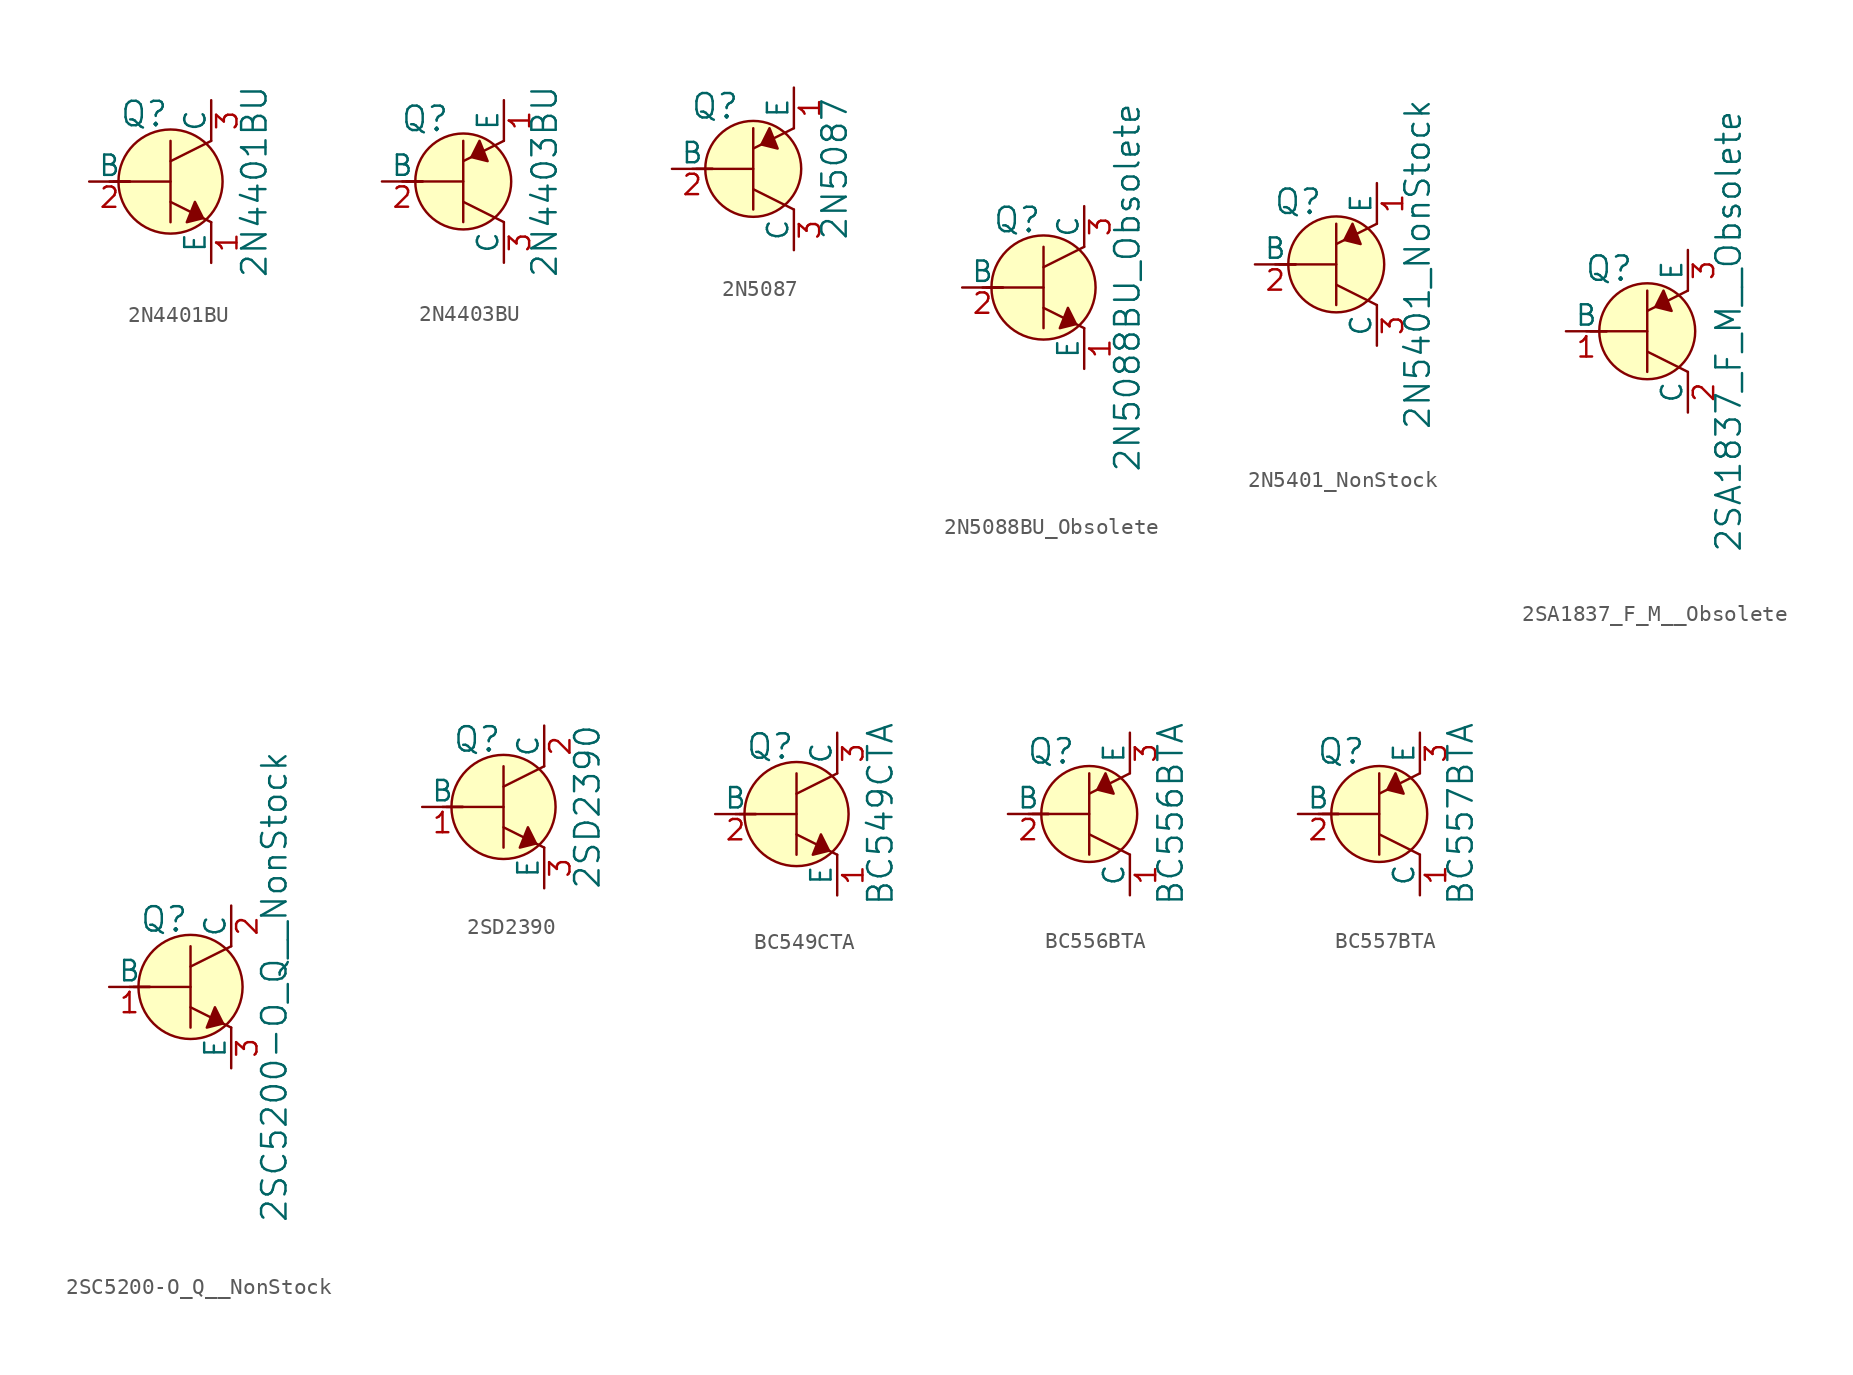
<source format=kicad_sym>
(kicad_symbol_lib
  (version 20201005)
  (generator kicad_symbol_editor)
  (symbol "2N4401BU"
    (pin_names
      (offset 0))
    (property "Reference" "Q"
      (at -3.2 4.216 0)
      (effects (font (size 1.524 1.524)) (justify left)))
    (property "Value" "2N4401BU"
      (at 5.232 0 90)
      (effects (font (size 1.524 1.524))))
    (symbol "2N4401BU_0_1"
      (circle (center 0 0) (radius 3.251) (stroke (width 0)) (fill (type background)))
      (polyline (pts (xy -3.81 0) (xy -2.54 0)) (stroke (width 0)) (fill (type none)))
      (polyline (pts (xy -3.556 0) (xy 0 0)) (stroke (width 0)) (fill (type none)))
      (polyline (pts (xy 0 -1.27) (xy 2.54 -2.54)) (stroke (width 0)) (fill (type none)))
      (polyline (pts (xy 0 1.27) (xy 2.54 2.54)) (stroke (width 0)) (fill (type none)))
      (polyline (pts (xy 0 2.54) (xy 0 -2.54)) (stroke (width 0)) (fill (type none)))
      (polyline (pts (xy 1.524 -1.27) (xy 2.032 -2.286) (xy 1.016 -2.54) (xy 1.524 -1.27)) (stroke (width 0)) (fill (type outline))))
    (symbol "2N4401BU_1_1"
      (pin passive line (at 2.54 -5.08 90) (length 2.54) (name "E" (effects (font (size 1.27 1.27)))) (number "1" (effects (font (size 1.27 1.27)))))
      (pin input line (at -5.08 0 0) (length 2.54) (name "B" (effects (font (size 1.27 1.27)))) (number "2" (effects (font (size 1.27 1.27)))))
      (pin passive line (at 2.54 5.08 270) (length 2.54) (name "C" (effects (font (size 1.27 1.27)))) (number "3" (effects (font (size 1.27 1.27)))))))
  (symbol "2N4403BU"
    (pin_names
      (offset 0))
    (property "Reference" "Q"
      (at -2.388 3.912 0)
      (effects (font (size 1.524 1.524))))
    (property "Value" "2N4403BU"
      (at 5.08 0 90)
      (effects (font (size 1.524 1.524))))
    (symbol "2N4403BU_0_1"
      (circle (center 0 0) (radius 2.997) (stroke (width 0)) (fill (type background)))
      (polyline (pts (xy -3.81 0) (xy -2.54 0)) (stroke (width 0)) (fill (type none)))
      (polyline (pts (xy -3.556 0) (xy 0 0)) (stroke (width 0)) (fill (type none)))
      (polyline (pts (xy 0 -1.27) (xy 2.54 -2.54)) (stroke (width 0)) (fill (type none)))
      (polyline (pts (xy 0 1.27) (xy 2.54 2.54)) (stroke (width 0)) (fill (type none)))
      (polyline (pts (xy 0 2.54) (xy 0 -2.54)) (stroke (width 0)) (fill (type none)))
      (polyline (pts (xy 1.016 2.54) (xy 0.508 1.524) (xy 1.524 1.27) (xy 1.016 2.54)) (stroke (width 0)) (fill (type outline))))
    (symbol "2N4403BU_1_1"
      (pin passive line (at 2.54 5.08 270) (length 2.54) (name "E" (effects (font (size 1.27 1.27)))) (number "1" (effects (font (size 1.27 1.27)))))
      (pin input line (at -5.08 0 0) (length 2.54) (name "B" (effects (font (size 1.27 1.27)))) (number "2" (effects (font (size 1.27 1.27)))))
      (pin passive line (at 2.54 -5.08 90) (length 2.54) (name "C" (effects (font (size 1.27 1.27)))) (number "3" (effects (font (size 1.27 1.27)))))))
  (symbol "2N5087"
    (pin_names
      (offset 0))
    (property "Reference" "Q"
      (at -2.388 3.912 0)
      (effects (font (size 1.524 1.524))))
    (property "Value" "2N5087"
      (at 5.08 0 90)
      (effects (font (size 1.524 1.524))))
    (symbol "2N5087_0_1"
      (circle (center 0 0) (radius 2.997) (stroke (width 0)) (fill (type background)))
      (polyline (pts (xy -3.81 0) (xy -2.54 0)) (stroke (width 0)) (fill (type none)))
      (polyline (pts (xy -3.556 0) (xy 0 0)) (stroke (width 0)) (fill (type none)))
      (polyline (pts (xy 0 -1.27) (xy 2.54 -2.54)) (stroke (width 0)) (fill (type none)))
      (polyline (pts (xy 0 1.27) (xy 2.54 2.54)) (stroke (width 0)) (fill (type none)))
      (polyline (pts (xy 0 2.54) (xy 0 -2.54)) (stroke (width 0)) (fill (type none)))
      (polyline (pts (xy 1.016 2.54) (xy 0.508 1.524) (xy 1.524 1.27) (xy 1.016 2.54)) (stroke (width 0)) (fill (type outline))))
    (symbol "2N5087_1_1"
      (pin passive line (at 2.54 5.08 270) (length 2.54) (name "E" (effects (font (size 1.27 1.27)))) (number "1" (effects (font (size 1.27 1.27)))))
      (pin input line (at -5.08 0 0) (length 2.54) (name "B" (effects (font (size 1.27 1.27)))) (number "2" (effects (font (size 1.27 1.27)))))
      (pin passive line (at 2.54 -5.08 90) (length 2.54) (name "C" (effects (font (size 1.27 1.27)))) (number "3" (effects (font (size 1.27 1.27)))))))
  (symbol "2N5088BU_Obsolete"
    (pin_names
      (offset 0))
    (property "Reference" "Q"
      (at -3.2 4.216 0)
      (effects (font (size 1.524 1.524)) (justify left)))
    (property "Value" "2N5088BU_Obsolete"
      (at 5.232 0 90)
      (effects (font (size 1.524 1.524))))
    (symbol "2N5088BU_Obsolete_0_1"
      (circle (center 0 0) (radius 3.251) (stroke (width 0)) (fill (type background)))
      (polyline (pts (xy -3.81 0) (xy -2.54 0)) (stroke (width 0)) (fill (type none)))
      (polyline (pts (xy -3.556 0) (xy 0 0)) (stroke (width 0)) (fill (type none)))
      (polyline (pts (xy 0 -1.27) (xy 2.54 -2.54)) (stroke (width 0)) (fill (type none)))
      (polyline (pts (xy 0 1.27) (xy 2.54 2.54)) (stroke (width 0)) (fill (type none)))
      (polyline (pts (xy 0 2.54) (xy 0 -2.54)) (stroke (width 0)) (fill (type none)))
      (polyline (pts (xy 1.524 -1.27) (xy 2.032 -2.286) (xy 1.016 -2.54) (xy 1.524 -1.27)) (stroke (width 0)) (fill (type outline))))
    (symbol "2N5088BU_Obsolete_1_1"
      (pin passive line (at 2.54 -5.08 90) (length 2.54) (name "E" (effects (font (size 1.27 1.27)))) (number "1" (effects (font (size 1.27 1.27)))))
      (pin input line (at -5.08 0 0) (length 2.54) (name "B" (effects (font (size 1.27 1.27)))) (number "2" (effects (font (size 1.27 1.27)))))
      (pin passive line (at 2.54 5.08 270) (length 2.54) (name "C" (effects (font (size 1.27 1.27)))) (number "3" (effects (font (size 1.27 1.27)))))))
  (symbol "2N5401_NonStock"
    (pin_names
      (offset 0))
    (property "Reference" "Q"
      (at -2.388 3.912 0)
      (effects (font (size 1.524 1.524))))
    (property "Value" "2N5401_NonStock"
      (at 5.08 0 90)
      (effects (font (size 1.524 1.524))))
    (symbol "2N5401_NonStock_0_1"
      (circle (center 0 0) (radius 2.997) (stroke (width 0)) (fill (type background)))
      (polyline (pts (xy -3.81 0) (xy -2.54 0)) (stroke (width 0)) (fill (type none)))
      (polyline (pts (xy -3.556 0) (xy 0 0)) (stroke (width 0)) (fill (type none)))
      (polyline (pts (xy 0 -1.27) (xy 2.54 -2.54)) (stroke (width 0)) (fill (type none)))
      (polyline (pts (xy 0 1.27) (xy 2.54 2.54)) (stroke (width 0)) (fill (type none)))
      (polyline (pts (xy 0 2.54) (xy 0 -2.54)) (stroke (width 0)) (fill (type none)))
      (polyline (pts (xy 1.016 2.54) (xy 0.508 1.524) (xy 1.524 1.27) (xy 1.016 2.54)) (stroke (width 0)) (fill (type outline))))
    (symbol "2N5401_NonStock_1_1"
      (pin passive line (at 2.54 5.08 270) (length 2.54) (name "E" (effects (font (size 1.27 1.27)))) (number "1" (effects (font (size 1.27 1.27)))))
      (pin input line (at -5.08 0 0) (length 2.54) (name "B" (effects (font (size 1.27 1.27)))) (number "2" (effects (font (size 1.27 1.27)))))
      (pin passive line (at 2.54 -5.08 90) (length 2.54) (name "C" (effects (font (size 1.27 1.27)))) (number "3" (effects (font (size 1.27 1.27)))))))
  (symbol "2SA1837_F_M__Obsolete"
    (pin_names
      (offset 0))
    (property "Reference" "Q"
      (at -2.388 3.912 0)
      (effects (font (size 1.524 1.524))))
    (property "Value" "2SA1837_F_M__Obsolete"
      (at 5.08 0 90)
      (effects (font (size 1.524 1.524))))
    (symbol "2SA1837_F_M__Obsolete_0_1"
      (circle (center 0 0) (radius 2.997) (stroke (width 0)) (fill (type background)))
      (polyline (pts (xy -3.81 0) (xy -2.54 0)) (stroke (width 0)) (fill (type none)))
      (polyline (pts (xy -3.556 0) (xy 0 0)) (stroke (width 0)) (fill (type none)))
      (polyline (pts (xy 0 -1.27) (xy 2.54 -2.54)) (stroke (width 0)) (fill (type none)))
      (polyline (pts (xy 0 1.27) (xy 2.54 2.54)) (stroke (width 0)) (fill (type none)))
      (polyline (pts (xy 0 2.54) (xy 0 -2.54)) (stroke (width 0)) (fill (type none)))
      (polyline (pts (xy 1.016 2.54) (xy 0.508 1.524) (xy 1.524 1.27) (xy 1.016 2.54)) (stroke (width 0)) (fill (type outline))))
    (symbol "2SA1837_F_M__Obsolete_1_1"
      (pin input line (at -5.08 0 0) (length 2.54) (name "B" (effects (font (size 1.27 1.27)))) (number "1" (effects (font (size 1.27 1.27)))))
      (pin passive line (at 2.54 -5.08 90) (length 2.54) (name "C" (effects (font (size 1.27 1.27)))) (number "2" (effects (font (size 1.27 1.27)))))
      (pin passive line (at 2.54 5.08 270) (length 2.54) (name "E" (effects (font (size 1.27 1.27)))) (number "3" (effects (font (size 1.27 1.27)))))))
  (symbol "2SC5200-O_Q__NonStock"
    (pin_names
      (offset 0))
    (property "Reference" "Q"
      (at -3.2 4.216 0)
      (effects (font (size 1.524 1.524)) (justify left)))
    (property "Value" "2SC5200-O_Q__NonStock"
      (at 5.232 0 90)
      (effects (font (size 1.524 1.524))))
    (symbol "2SC5200-O_Q__NonStock_0_1"
      (circle (center 0 0) (radius 3.251) (stroke (width 0)) (fill (type background)))
      (polyline (pts (xy -3.81 0) (xy -2.54 0)) (stroke (width 0)) (fill (type none)))
      (polyline (pts (xy -3.556 0) (xy 0 0)) (stroke (width 0)) (fill (type none)))
      (polyline (pts (xy 0 -1.27) (xy 2.54 -2.54)) (stroke (width 0)) (fill (type none)))
      (polyline (pts (xy 0 1.27) (xy 2.54 2.54)) (stroke (width 0)) (fill (type none)))
      (polyline (pts (xy 0 2.54) (xy 0 -2.54)) (stroke (width 0)) (fill (type none)))
      (polyline (pts (xy 1.524 -1.27) (xy 2.032 -2.286) (xy 1.016 -2.54) (xy 1.524 -1.27)) (stroke (width 0)) (fill (type outline))))
    (symbol "2SC5200-O_Q__NonStock_1_1"
      (pin input line (at -5.08 0 0) (length 2.54) (name "B" (effects (font (size 1.27 1.27)))) (number "1" (effects (font (size 1.27 1.27)))))
      (pin passive line (at 2.54 5.08 270) (length 2.54) (name "C" (effects (font (size 1.27 1.27)))) (number "2" (effects (font (size 1.27 1.27)))))
      (pin passive line (at 2.54 -5.08 90) (length 2.54) (name "E" (effects (font (size 1.27 1.27)))) (number "3" (effects (font (size 1.27 1.27)))))))
  (symbol "2SD2390"
    (pin_names
      (offset 0))
    (property "Reference" "Q"
      (at -3.2 4.216 0)
      (effects (font (size 1.524 1.524)) (justify left)))
    (property "Value" "2SD2390"
      (at 5.232 0 90)
      (effects (font (size 1.524 1.524))))
    (symbol "2SD2390_0_1"
      (circle (center 0 0) (radius 3.251) (stroke (width 0)) (fill (type background)))
      (polyline (pts (xy -3.81 0) (xy -2.54 0)) (stroke (width 0)) (fill (type none)))
      (polyline (pts (xy -3.556 0) (xy 0 0)) (stroke (width 0)) (fill (type none)))
      (polyline (pts (xy 0 -1.27) (xy 2.54 -2.54)) (stroke (width 0)) (fill (type none)))
      (polyline (pts (xy 0 1.27) (xy 2.54 2.54)) (stroke (width 0)) (fill (type none)))
      (polyline (pts (xy 0 2.54) (xy 0 -2.54)) (stroke (width 0)) (fill (type none)))
      (polyline (pts (xy 1.524 -1.27) (xy 2.032 -2.286) (xy 1.016 -2.54) (xy 1.524 -1.27)) (stroke (width 0)) (fill (type outline))))
    (symbol "2SD2390_1_1"
      (pin input line (at -5.08 0 0) (length 2.54) (name "B" (effects (font (size 1.27 1.27)))) (number "1" (effects (font (size 1.27 1.27)))))
      (pin passive line (at 2.54 5.08 270) (length 2.54) (name "C" (effects (font (size 1.27 1.27)))) (number "2" (effects (font (size 1.27 1.27)))))
      (pin passive line (at 2.54 -5.08 90) (length 2.54) (name "E" (effects (font (size 1.27 1.27)))) (number "3" (effects (font (size 1.27 1.27)))))))
  (symbol "BC549CTA"
    (pin_names
      (offset 0))
    (property "Reference" "Q"
      (at -3.2 4.216 0)
      (effects (font (size 1.524 1.524)) (justify left)))
    (property "Value" "BC549CTA"
      (at 5.232 0 90)
      (effects (font (size 1.524 1.524))))
    (symbol "BC549CTA_0_1"
      (circle (center 0 0) (radius 3.251) (stroke (width 0)) (fill (type background)))
      (polyline (pts (xy -3.81 0) (xy -2.54 0)) (stroke (width 0)) (fill (type none)))
      (polyline (pts (xy -3.556 0) (xy 0 0)) (stroke (width 0)) (fill (type none)))
      (polyline (pts (xy 0 -1.27) (xy 2.54 -2.54)) (stroke (width 0)) (fill (type none)))
      (polyline (pts (xy 0 1.27) (xy 2.54 2.54)) (stroke (width 0)) (fill (type none)))
      (polyline (pts (xy 0 2.54) (xy 0 -2.54)) (stroke (width 0)) (fill (type none)))
      (polyline (pts (xy 1.524 -1.27) (xy 2.032 -2.286) (xy 1.016 -2.54) (xy 1.524 -1.27)) (stroke (width 0)) (fill (type outline))))
    (symbol "BC549CTA_1_1"
      (pin passive line (at 2.54 -5.08 90) (length 2.54) (name "E" (effects (font (size 1.27 1.27)))) (number "1" (effects (font (size 1.27 1.27)))))
      (pin input line (at -5.08 0 0) (length 2.54) (name "B" (effects (font (size 1.27 1.27)))) (number "2" (effects (font (size 1.27 1.27)))))
      (pin passive line (at 2.54 5.08 270) (length 2.54) (name "C" (effects (font (size 1.27 1.27)))) (number "3" (effects (font (size 1.27 1.27)))))))
  (symbol "BC556BTA"
    (pin_names
      (offset 0))
    (property "Reference" "Q"
      (at -2.388 3.912 0)
      (effects (font (size 1.524 1.524))))
    (property "Value" "BC556BTA"
      (at 5.08 0 90)
      (effects (font (size 1.524 1.524))))
    (symbol "BC556BTA_0_1"
      (circle (center 0 0) (radius 2.997) (stroke (width 0)) (fill (type background)))
      (polyline (pts (xy -3.81 0) (xy -2.54 0)) (stroke (width 0)) (fill (type none)))
      (polyline (pts (xy -3.556 0) (xy 0 0)) (stroke (width 0)) (fill (type none)))
      (polyline (pts (xy 0 -1.27) (xy 2.54 -2.54)) (stroke (width 0)) (fill (type none)))
      (polyline (pts (xy 0 1.27) (xy 2.54 2.54)) (stroke (width 0)) (fill (type none)))
      (polyline (pts (xy 0 2.54) (xy 0 -2.54)) (stroke (width 0)) (fill (type none)))
      (polyline (pts (xy 1.016 2.54) (xy 0.508 1.524) (xy 1.524 1.27) (xy 1.016 2.54)) (stroke (width 0)) (fill (type outline))))
    (symbol "BC556BTA_1_1"
      (pin passive line (at 2.54 -5.08 90) (length 2.54) (name "C" (effects (font (size 1.27 1.27)))) (number "1" (effects (font (size 1.27 1.27)))))
      (pin input line (at -5.08 0 0) (length 2.54) (name "B" (effects (font (size 1.27 1.27)))) (number "2" (effects (font (size 1.27 1.27)))))
      (pin passive line (at 2.54 5.08 270) (length 2.54) (name "E" (effects (font (size 1.27 1.27)))) (number "3" (effects (font (size 1.27 1.27)))))))
  (symbol "BC557BTA"
    (pin_names
      (offset 0))
    (property "Reference" "Q"
      (at -2.388 3.912 0)
      (effects (font (size 1.524 1.524))))
    (property "Value" "BC557BTA"
      (at 5.08 0 90)
      (effects (font (size 1.524 1.524))))
    (symbol "BC557BTA_0_1"
      (circle (center 0 0) (radius 2.997) (stroke (width 0)) (fill (type background)))
      (polyline (pts (xy -3.81 0) (xy -2.54 0)) (stroke (width 0)) (fill (type none)))
      (polyline (pts (xy -3.556 0) (xy 0 0)) (stroke (width 0)) (fill (type none)))
      (polyline (pts (xy 0 -1.27) (xy 2.54 -2.54)) (stroke (width 0)) (fill (type none)))
      (polyline (pts (xy 0 1.27) (xy 2.54 2.54)) (stroke (width 0)) (fill (type none)))
      (polyline (pts (xy 0 2.54) (xy 0 -2.54)) (stroke (width 0)) (fill (type none)))
      (polyline (pts (xy 1.016 2.54) (xy 0.508 1.524) (xy 1.524 1.27) (xy 1.016 2.54)) (stroke (width 0)) (fill (type outline))))
    (symbol "BC557BTA_1_1"
      (pin passive line (at 2.54 -5.08 90) (length 2.54) (name "C" (effects (font (size 1.27 1.27)))) (number "1" (effects (font (size 1.27 1.27)))))
      (pin input line (at -5.08 0 0) (length 2.54) (name "B" (effects (font (size 1.27 1.27)))) (number "2" (effects (font (size 1.27 1.27)))))
      (pin passive line (at 2.54 5.08 270) (length 2.54) (name "E" (effects (font (size 1.27 1.27)))) (number "3" (effects (font (size 1.27 1.27))))))))
</source>
